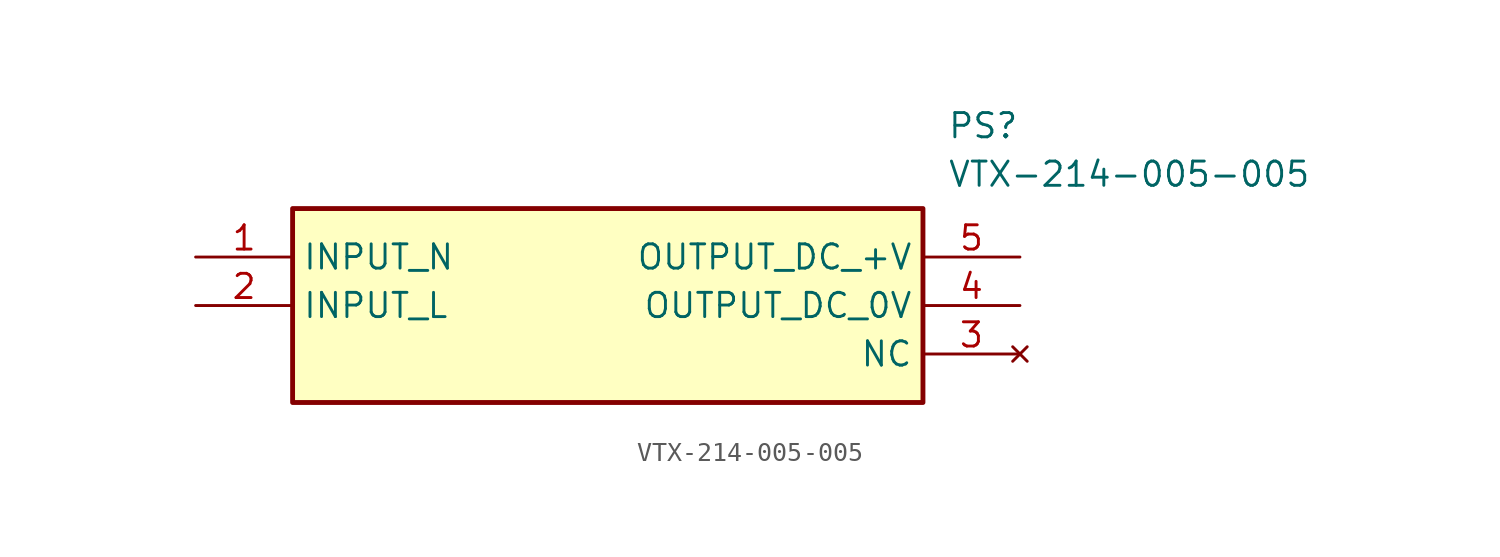
<source format=kicad_sym>
(kicad_symbol_lib
  (version 20241209)
  (generator "kicad_symbol_editor")
  (generator_version "9.0")
  (symbol "VTX-214-005-005"
    (property "Reference" "PS"
      (at 39.37 7.62 0)
      (effects (font (size 1.27 1.27)) (justify left top)))
    (property "Value" "VTX-214-005-005"
      (at 39.37 5.08 0)
      (effects (font (size 1.27 1.27)) (justify left top)))
    (symbol "VTX-214-005-005_1_1"
      (rectangle (start 5.08 2.54) (end 38.1 -7.62) (stroke (width 0.254) (type default)) (fill (type background)))
      (pin passive line (at 0 0 0) (length 5.08) (name "INPUT_N" (effects (font (size 1.27 1.27)))) (number "1" (effects (font (size 1.27 1.27)))))
      (pin passive line (at 0 -2.54 0) (length 5.08) (name "INPUT_L" (effects (font (size 1.27 1.27)))) (number "2" (effects (font (size 1.27 1.27)))))
      (pin passive line (at 43.18 0 180) (length 5.08) (name "OUTPUT_DC_+V" (effects (font (size 1.27 1.27)))) (number "5" (effects (font (size 1.27 1.27)))))
      (pin passive line (at 43.18 -2.54 180) (length 5.08) (name "OUTPUT_DC_0V" (effects (font (size 1.27 1.27)))) (number "4" (effects (font (size 1.27 1.27)))))
      (pin no_connect line (at 43.18 -5.08 180) (length 5.08) (name "NC" (effects (font (size 1.27 1.27)))) (number "3" (effects (font (size 1.27 1.27))))))))
</source>
